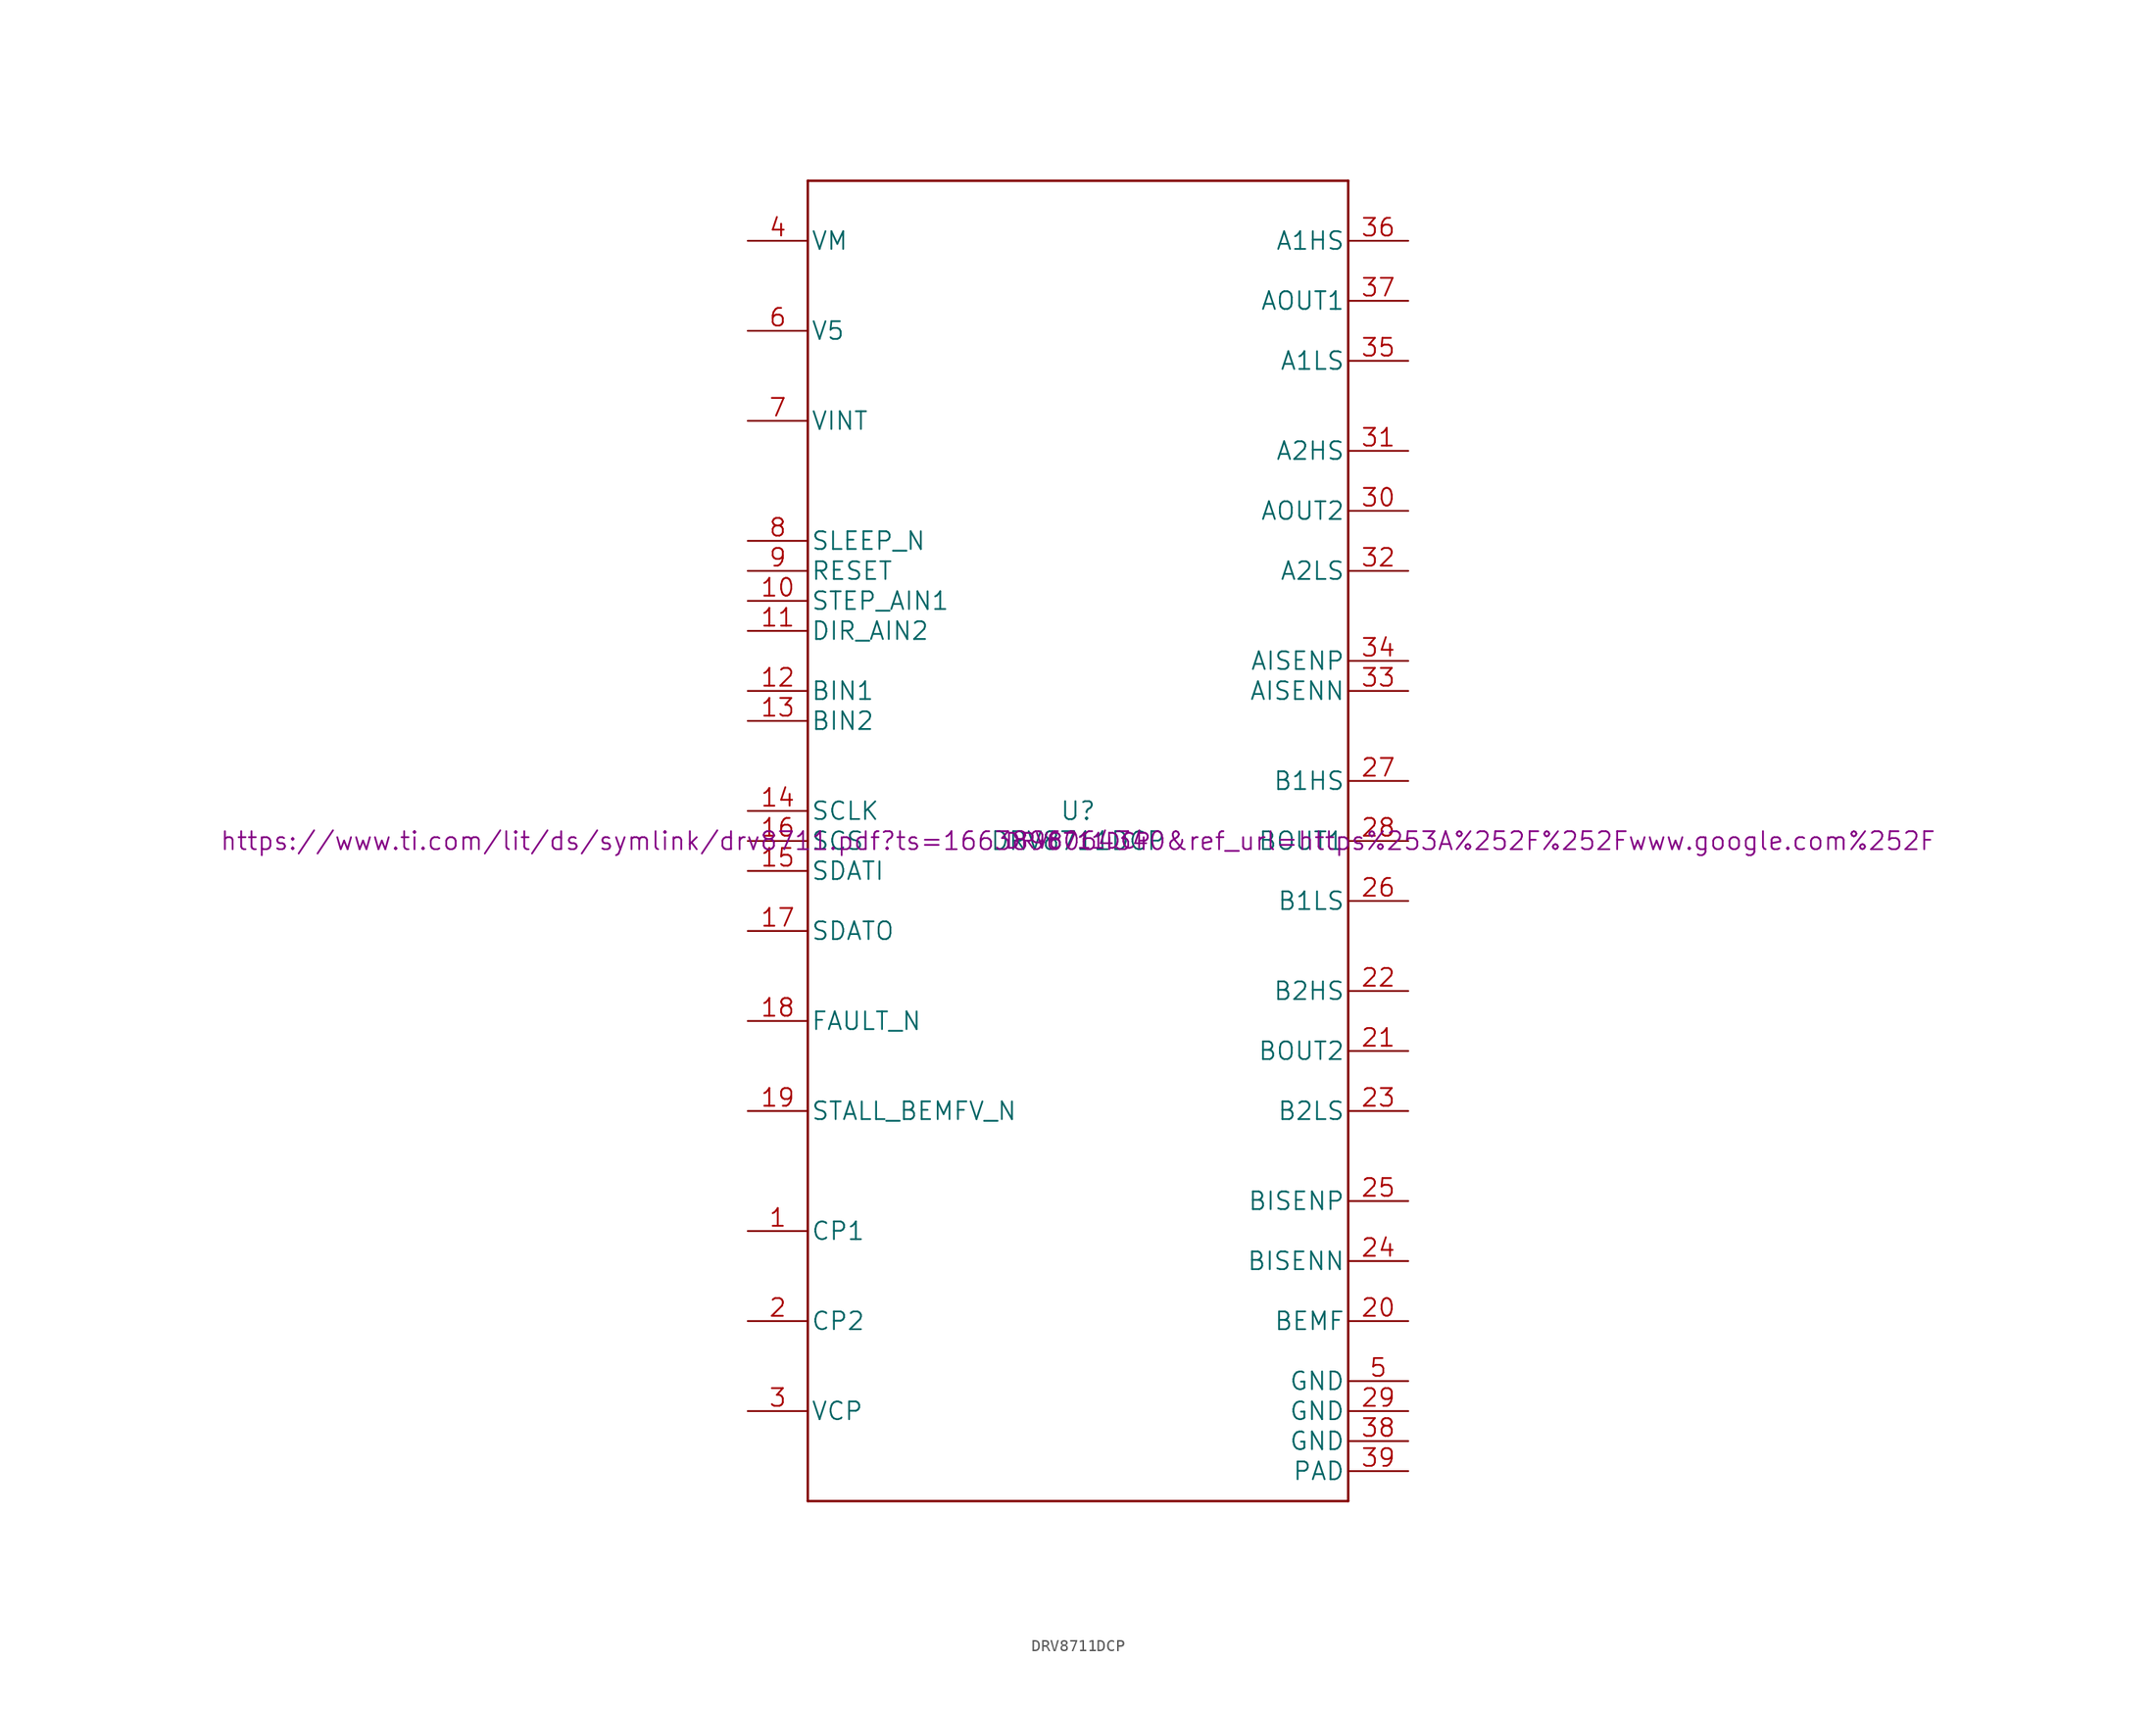
<source format=kicad_sym>
(kicad_symbol_lib
  (version 20220914)
  (generator kicad_symbol_editor)
  (symbol "DRV8711DCP"
    (pin_names
      (offset 0.254))
    (property "Reference" "U"
      (at 0 2.54 0)
      (effects (font (size 1.524 1.524))))
    (property "Value" "DRV8711DCP"
      (at 0 0 0)
      (effects (font (size 1.524 1.524))))
    (property "Datasheet" "https://www.ti.com/lit/ds/symlink/drv8711.pdf?ts=1663896064340&ref_url=https%253A%252F%252Fwww.google.com%252F"
      (at 0 0 0)
      (effects (font (size 1.524 1.524))))
    (property "Model" "DRV8711DCP"
      (at 0 0 0)
      (effects (font (size 1.27 1.27))))
    (symbol "DRV8711DCP_1_1"
      (polyline (pts (xy -22.86 -55.88) (xy 22.86 -55.88)) (stroke (width 0.203) (type default)) (fill (type none)))
      (polyline (pts (xy -22.86 55.88) (xy -22.86 -55.88)) (stroke (width 0.203) (type default)) (fill (type none)))
      (polyline (pts (xy 22.86 -55.88) (xy 22.86 55.88)) (stroke (width 0.203) (type default)) (fill (type none)))
      (polyline (pts (xy 22.86 55.88) (xy -22.86 55.88)) (stroke (width 0.203) (type default)) (fill (type none)))
      (pin unspecified line (at -27.94 -33.02 0) (length 5.08) (name "CP1" (effects (font (size 1.499 1.499)))) (number "1" (effects (font (size 1.499 1.499)))))
      (pin input line (at -27.94 20.32 0) (length 5.08) (name "STEP_AIN1" (effects (font (size 1.499 1.499)))) (number "10" (effects (font (size 1.499 1.499)))))
      (pin input line (at -27.94 17.78 0) (length 5.08) (name "DIR_AIN2" (effects (font (size 1.499 1.499)))) (number "11" (effects (font (size 1.499 1.499)))))
      (pin input line (at -27.94 12.7 0) (length 5.08) (name "BIN1" (effects (font (size 1.499 1.499)))) (number "12" (effects (font (size 1.499 1.499)))))
      (pin input line (at -27.94 10.16 0) (length 5.08) (name "BIN2" (effects (font (size 1.499 1.499)))) (number "13" (effects (font (size 1.499 1.499)))))
      (pin input line (at -27.94 2.54 0) (length 5.08) (name "SCLK" (effects (font (size 1.499 1.499)))) (number "14" (effects (font (size 1.499 1.499)))))
      (pin input line (at -27.94 -2.54 0) (length 5.08) (name "SDATI" (effects (font (size 1.499 1.499)))) (number "15" (effects (font (size 1.499 1.499)))))
      (pin input line (at -27.94 0 0) (length 5.08) (name "SCS" (effects (font (size 1.499 1.499)))) (number "16" (effects (font (size 1.499 1.499)))))
      (pin open_collector line (at -27.94 -7.62 0) (length 5.08) (name "SDATO" (effects (font (size 1.499 1.499)))) (number "17" (effects (font (size 1.499 1.499)))))
      (pin open_collector line (at -27.94 -15.24 0) (length 5.08) (name "FAULT_N" (effects (font (size 1.499 1.499)))) (number "18" (effects (font (size 1.499 1.499)))))
      (pin open_collector line (at -27.94 -22.86 0) (length 5.08) (name "STALL_BEMFV_N" (effects (font (size 1.499 1.499)))) (number "19" (effects (font (size 1.499 1.499)))))
      (pin unspecified line (at -27.94 -40.64 0) (length 5.08) (name "CP2" (effects (font (size 1.499 1.499)))) (number "2" (effects (font (size 1.499 1.499)))))
      (pin output line (at 27.94 -40.64 180) (length 5.08) (name "BEMF" (effects (font (size 1.499 1.499)))) (number "20" (effects (font (size 1.499 1.499)))))
      (pin passive line (at 27.94 -17.78 180) (length 5.08) (name "BOUT2" (effects (font (size 1.499 1.499)))) (number "21" (effects (font (size 1.499 1.499)))))
      (pin output line (at 27.94 -12.7 180) (length 5.08) (name "B2HS" (effects (font (size 1.499 1.499)))) (number "22" (effects (font (size 1.499 1.499)))))
      (pin output line (at 27.94 -22.86 180) (length 5.08) (name "B2LS" (effects (font (size 1.499 1.499)))) (number "23" (effects (font (size 1.499 1.499)))))
      (pin input line (at 27.94 -35.56 180) (length 5.08) (name "BISENN" (effects (font (size 1.499 1.499)))) (number "24" (effects (font (size 1.499 1.499)))))
      (pin input line (at 27.94 -30.48 180) (length 5.08) (name "BISENP" (effects (font (size 1.499 1.499)))) (number "25" (effects (font (size 1.499 1.499)))))
      (pin output line (at 27.94 -5.08 180) (length 5.08) (name "B1LS" (effects (font (size 1.499 1.499)))) (number "26" (effects (font (size 1.499 1.499)))))
      (pin output line (at 27.94 5.08 180) (length 5.08) (name "B1HS" (effects (font (size 1.499 1.499)))) (number "27" (effects (font (size 1.499 1.499)))))
      (pin input line (at 27.94 0 180) (length 5.08) (name "BOUT1" (effects (font (size 1.499 1.499)))) (number "28" (effects (font (size 1.499 1.499)))))
      (pin passive line (at 27.94 -48.26 180) (length 5.08) (name "GND" (effects (font (size 1.499 1.499)))) (number "29" (effects (font (size 1.499 1.499)))))
      (pin unspecified line (at -27.94 -48.26 0) (length 5.08) (name "VCP" (effects (font (size 1.499 1.499)))) (number "3" (effects (font (size 1.499 1.499)))))
      (pin input line (at 27.94 27.94 180) (length 5.08) (name "AOUT2" (effects (font (size 1.499 1.499)))) (number "30" (effects (font (size 1.499 1.499)))))
      (pin output line (at 27.94 33.02 180) (length 5.08) (name "A2HS" (effects (font (size 1.499 1.499)))) (number "31" (effects (font (size 1.499 1.499)))))
      (pin output line (at 27.94 22.86 180) (length 5.08) (name "A2LS" (effects (font (size 1.499 1.499)))) (number "32" (effects (font (size 1.499 1.499)))))
      (pin input line (at 27.94 12.7 180) (length 5.08) (name "AISENN" (effects (font (size 1.499 1.499)))) (number "33" (effects (font (size 1.499 1.499)))))
      (pin input line (at 27.94 15.24 180) (length 5.08) (name "AISENP" (effects (font (size 1.499 1.499)))) (number "34" (effects (font (size 1.499 1.499)))))
      (pin output line (at 27.94 40.64 180) (length 5.08) (name "A1LS" (effects (font (size 1.499 1.499)))) (number "35" (effects (font (size 1.499 1.499)))))
      (pin output line (at 27.94 50.8 180) (length 5.08) (name "A1HS" (effects (font (size 1.499 1.499)))) (number "36" (effects (font (size 1.499 1.499)))))
      (pin input line (at 27.94 45.72 180) (length 5.08) (name "AOUT1" (effects (font (size 1.499 1.499)))) (number "37" (effects (font (size 1.499 1.499)))))
      (pin passive line (at 27.94 -50.8 180) (length 5.08) (name "GND" (effects (font (size 1.499 1.499)))) (number "38" (effects (font (size 1.499 1.499)))))
      (pin passive line (at 27.94 -53.34 180) (length 5.08) (name "PAD" (effects (font (size 1.499 1.499)))) (number "39" (effects (font (size 1.499 1.499)))))
      (pin passive line (at -27.94 50.8 0) (length 5.08) (name "VM" (effects (font (size 1.499 1.499)))) (number "4" (effects (font (size 1.499 1.499)))))
      (pin passive line (at 27.94 -45.72 180) (length 5.08) (name "GND" (effects (font (size 1.499 1.499)))) (number "5" (effects (font (size 1.499 1.499)))))
      (pin passive line (at -27.94 43.18 0) (length 5.08) (name "V5" (effects (font (size 1.499 1.499)))) (number "6" (effects (font (size 1.499 1.499)))))
      (pin passive line (at -27.94 35.56 0) (length 5.08) (name "VINT" (effects (font (size 1.499 1.499)))) (number "7" (effects (font (size 1.499 1.499)))))
      (pin input line (at -27.94 25.4 0) (length 5.08) (name "SLEEP_N" (effects (font (size 1.499 1.499)))) (number "8" (effects (font (size 1.499 1.499)))))
      (pin input line (at -27.94 22.86 0) (length 5.08) (name "RESET" (effects (font (size 1.499 1.499)))) (number "9" (effects (font (size 1.499 1.499))))))))
</source>
